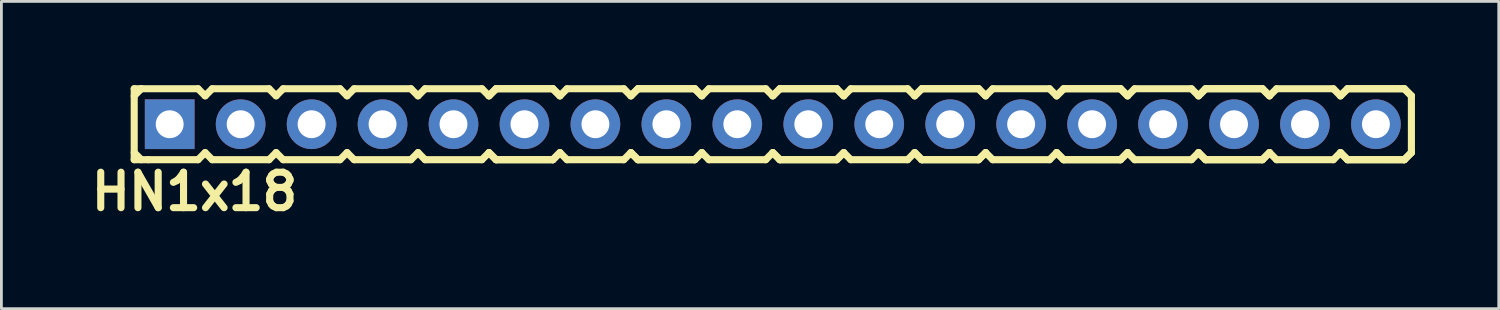
<source format=kicad_pcb>
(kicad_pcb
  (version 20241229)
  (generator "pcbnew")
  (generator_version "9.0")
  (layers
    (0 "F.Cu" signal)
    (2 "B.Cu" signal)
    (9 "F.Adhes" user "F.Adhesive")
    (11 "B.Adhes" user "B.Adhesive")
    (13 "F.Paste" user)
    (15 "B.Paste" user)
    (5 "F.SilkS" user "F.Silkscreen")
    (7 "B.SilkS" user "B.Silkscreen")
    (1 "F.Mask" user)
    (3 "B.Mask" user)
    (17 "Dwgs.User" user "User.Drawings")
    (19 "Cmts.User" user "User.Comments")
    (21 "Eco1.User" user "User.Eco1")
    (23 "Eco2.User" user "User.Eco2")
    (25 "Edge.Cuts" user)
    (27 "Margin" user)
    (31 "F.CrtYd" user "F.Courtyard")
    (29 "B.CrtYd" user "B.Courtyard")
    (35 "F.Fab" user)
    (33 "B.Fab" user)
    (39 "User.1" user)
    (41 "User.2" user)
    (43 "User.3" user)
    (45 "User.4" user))
  (footprint "HN1x18"
    (layer "F.Cu")
    (at 23.344 1.397)
    (property "Reference" "HN1x18" (at -19.431 2.413 0) (layer "F.SilkS") (effects (font (size 1.27 1.27) (thickness 0.254))))
    (attr through_hole)
    (fp_line (start -21.59 -1.27) (end -21.59 1.27) (stroke (width 0.254) (type solid)) (layer "F.SilkS"))
    (fp_line (start -21.59 -1.27) (end -21.336 -1.27) (stroke (width 0.254) (type solid)) (layer "F.SilkS"))
    (fp_line (start -21.59 -1.016) (end -21.336 -1.27) (stroke (width 0.254) (type solid)) (layer "F.SilkS"))
    (fp_line (start -21.336 -1.27) (end -19.304 -1.27) (stroke (width 0.254) (type solid)) (layer "F.SilkS"))
    (fp_line (start -21.336 1.27) (end -21.59 1.016) (stroke (width 0.254) (type solid)) (layer "F.SilkS"))
    (fp_line (start -21.082 1.27) (end -21.59 1.27) (stroke (width 0.254) (type solid)) (layer "F.SilkS"))
    (fp_line (start -19.304 -1.27) (end -19.05 -1.016) (stroke (width 0.254) (type solid)) (layer "F.SilkS"))
    (fp_line (start -19.304 1.27) (end -21.082 1.27) (stroke (width 0.254) (type solid)) (layer "F.SilkS"))
    (fp_line (start -19.05 -1.016) (end -18.796 -1.27) (stroke (width 0.254) (type solid)) (layer "F.SilkS"))
    (fp_line (start -19.05 1.016) (end -19.304 1.27) (stroke (width 0.254) (type solid)) (layer "F.SilkS"))
    (fp_line (start -18.796 -1.27) (end -16.764 -1.27) (stroke (width 0.254) (type solid)) (layer "F.SilkS"))
    (fp_line (start -18.796 1.27) (end -19.05 1.016) (stroke (width 0.254) (type solid)) (layer "F.SilkS"))
    (fp_line (start -16.764 -1.27) (end -16.51 -1.016) (stroke (width 0.254) (type solid)) (layer "F.SilkS"))
    (fp_line (start -16.764 1.27) (end -18.796 1.27) (stroke (width 0.254) (type solid)) (layer "F.SilkS"))
    (fp_line (start -16.764 1.27) (end -16.51 1.016) (stroke (width 0.254) (type solid)) (layer "F.SilkS"))
    (fp_line (start -16.51 -1.016) (end -16.256 -1.27) (stroke (width 0.254) (type solid)) (layer "F.SilkS"))
    (fp_line (start -16.51 1.016) (end -16.256 1.27) (stroke (width 0.254) (type solid)) (layer "F.SilkS"))
    (fp_line (start -16.256 -1.27) (end -14.224 -1.27) (stroke (width 0.254) (type solid)) (layer "F.SilkS"))
    (fp_line (start -14.224 -1.27) (end -13.97 -1.016) (stroke (width 0.254) (type solid)) (layer "F.SilkS"))
    (fp_line (start -14.224 1.27) (end -16.256 1.27) (stroke (width 0.254) (type solid)) (layer "F.SilkS"))
    (fp_line (start -13.97 -1.016) (end -13.716 -1.27) (stroke (width 0.254) (type solid)) (layer "F.SilkS"))
    (fp_line (start -13.97 1.016) (end -14.224 1.27) (stroke (width 0.254) (type solid)) (layer "F.SilkS"))
    (fp_line (start -13.716 -1.27) (end -11.684 -1.27) (stroke (width 0.254) (type solid)) (layer "F.SilkS"))
    (fp_line (start -13.716 1.27) (end -13.97 1.016) (stroke (width 0.254) (type solid)) (layer "F.SilkS"))
    (fp_line (start -11.684 -1.27) (end -11.43 -1.016) (stroke (width 0.254) (type solid)) (layer "F.SilkS"))
    (fp_line (start -11.684 1.27) (end -13.716 1.27) (stroke (width 0.254) (type solid)) (layer "F.SilkS"))
    (fp_line (start -11.43 -1.016) (end -11.176 -1.27) (stroke (width 0.254) (type solid)) (layer "F.SilkS"))
    (fp_line (start -11.43 1.016) (end -11.684 1.27) (stroke (width 0.254) (type solid)) (layer "F.SilkS"))
    (fp_line (start -11.176 -1.27) (end -9.144 -1.27) (stroke (width 0.254) (type solid)) (layer "F.SilkS"))
    (fp_line (start -11.176 1.27) (end -11.43 1.016) (stroke (width 0.254) (type solid)) (layer "F.SilkS"))
    (fp_line (start -9.144 -1.27) (end -8.89 -1.016) (stroke (width 0.254) (type solid)) (layer "F.SilkS"))
    (fp_line (start -9.144 1.27) (end -11.176 1.27) (stroke (width 0.254) (type solid)) (layer "F.SilkS"))
    (fp_line (start -8.89 -1.016) (end -8.636 -1.27) (stroke (width 0.254) (type solid)) (layer "F.SilkS"))
    (fp_line (start -8.89 -1.016) (end -8.636 -1.27) (stroke (width 0.254) (type solid)) (layer "F.SilkS"))
    (fp_line (start -8.89 1.016) (end -9.144 1.27) (stroke (width 0.254) (type solid)) (layer "F.SilkS"))
    (fp_line (start -8.636 -1.27) (end -6.604 -1.27) (stroke (width 0.254) (type solid)) (layer "F.SilkS"))
    (fp_line (start -8.636 -1.27) (end -6.604 -1.27) (stroke (width 0.254) (type solid)) (layer "F.SilkS"))
    (fp_line (start -8.636 1.27) (end -8.89 1.016) (stroke (width 0.254) (type solid)) (layer "F.SilkS"))
    (fp_line (start -8.636 1.27) (end -8.89 1.016) (stroke (width 0.254) (type solid)) (layer "F.SilkS"))
    (fp_line (start -6.604 -1.27) (end -6.35 -1.016) (stroke (width 0.254) (type solid)) (layer "F.SilkS"))
    (fp_line (start -6.604 -1.27) (end -6.35 -1.016) (stroke (width 0.254) (type solid)) (layer "F.SilkS"))
    (fp_line (start -6.604 1.27) (end -8.636 1.27) (stroke (width 0.254) (type solid)) (layer "F.SilkS"))
    (fp_line (start -6.604 1.27) (end -8.636 1.27) (stroke (width 0.254) (type solid)) (layer "F.SilkS"))
    (fp_line (start -6.35 -1.016) (end -6.096 -1.27) (stroke (width 0.254) (type solid)) (layer "F.SilkS"))
    (fp_line (start -6.35 1.016) (end -6.604 1.27) (stroke (width 0.254) (type solid)) (layer "F.SilkS"))
    (fp_line (start -6.35 1.016) (end -6.604 1.27) (stroke (width 0.254) (type solid)) (layer "F.SilkS"))
    (fp_line (start -6.096 -1.27) (end -4.064 -1.27) (stroke (width 0.254) (type solid)) (layer "F.SilkS"))
    (fp_line (start -6.096 1.27) (end -6.35 1.016) (stroke (width 0.254) (type solid)) (layer "F.SilkS"))
    (fp_line (start -4.064 -1.27) (end -3.81 -1.016) (stroke (width 0.254) (type solid)) (layer "F.SilkS"))
    (fp_line (start -4.064 1.27) (end -6.096 1.27) (stroke (width 0.254) (type solid)) (layer "F.SilkS"))
    (fp_line (start -3.81 -1.016) (end -3.556 -1.27) (stroke (width 0.254) (type solid)) (layer "F.SilkS"))
    (fp_line (start -3.81 -1.016) (end -3.556 -1.27) (stroke (width 0.254) (type solid)) (layer "F.SilkS"))
    (fp_line (start -3.81 1.016) (end -4.064 1.27) (stroke (width 0.254) (type solid)) (layer "F.SilkS"))
    (fp_line (start -3.556 -1.27) (end -1.524 -1.27) (stroke (width 0.254) (type solid)) (layer "F.SilkS"))
    (fp_line (start -3.556 -1.27) (end -1.524 -1.27) (stroke (width 0.254) (type solid)) (layer "F.SilkS"))
    (fp_line (start -3.556 1.27) (end -3.81 1.016) (stroke (width 0.254) (type solid)) (layer "F.SilkS"))
    (fp_line (start -3.556 1.27) (end -3.81 1.016) (stroke (width 0.254) (type solid)) (layer "F.SilkS"))
    (fp_line (start -1.524 -1.27) (end -1.27 -1.016) (stroke (width 0.254) (type solid)) (layer "F.SilkS"))
    (fp_line (start -1.524 -1.27) (end -1.27 -1.016) (stroke (width 0.254) (type solid)) (layer "F.SilkS"))
    (fp_line (start -1.524 1.27) (end -3.556 1.27) (stroke (width 0.254) (type solid)) (layer "F.SilkS"))
    (fp_line (start -1.524 1.27) (end -3.556 1.27) (stroke (width 0.254) (type solid)) (layer "F.SilkS"))
    (fp_line (start -1.27 -1.016) (end -1.016 -1.27) (stroke (width 0.254) (type solid)) (layer "F.SilkS"))
    (fp_line (start -1.27 1.016) (end -1.524 1.27) (stroke (width 0.254) (type solid)) (layer "F.SilkS"))
    (fp_line (start -1.27 1.016) (end -1.524 1.27) (stroke (width 0.254) (type solid)) (layer "F.SilkS"))
    (fp_line (start -1.016 -1.27) (end 1.016 -1.27) (stroke (width 0.254) (type solid)) (layer "F.SilkS"))
    (fp_line (start -1.016 1.27) (end -1.27 1.016) (stroke (width 0.254) (type solid)) (layer "F.SilkS"))
    (fp_line (start 1.016 -1.27) (end 1.27 -1.016) (stroke (width 0.254) (type solid)) (layer "F.SilkS"))
    (fp_line (start 1.016 1.27) (end -1.016 1.27) (stroke (width 0.254) (type solid)) (layer "F.SilkS"))
    (fp_line (start 1.27 -1.016) (end 1.524 -1.27) (stroke (width 0.254) (type solid)) (layer "F.SilkS"))
    (fp_line (start 1.27 -1.016) (end 1.524 -1.27) (stroke (width 0.254) (type solid)) (layer "F.SilkS"))
    (fp_line (start 1.27 1.016) (end 1.016 1.27) (stroke (width 0.254) (type solid)) (layer "F.SilkS"))
    (fp_line (start 1.524 -1.27) (end 3.556 -1.27) (stroke (width 0.254) (type solid)) (layer "F.SilkS"))
    (fp_line (start 1.524 -1.27) (end 3.556 -1.27) (stroke (width 0.254) (type solid)) (layer "F.SilkS"))
    (fp_line (start 1.524 1.27) (end 1.27 1.016) (stroke (width 0.254) (type solid)) (layer "F.SilkS"))
    (fp_line (start 1.524 1.27) (end 1.27 1.016) (stroke (width 0.254) (type solid)) (layer "F.SilkS"))
    (fp_line (start 3.556 -1.27) (end 3.81 -1.016) (stroke (width 0.254) (type solid)) (layer "F.SilkS"))
    (fp_line (start 3.556 -1.27) (end 3.81 -1.016) (stroke (width 0.254) (type solid)) (layer "F.SilkS"))
    (fp_line (start 3.556 1.27) (end 1.524 1.27) (stroke (width 0.254) (type solid)) (layer "F.SilkS"))
    (fp_line (start 3.556 1.27) (end 1.524 1.27) (stroke (width 0.254) (type solid)) (layer "F.SilkS"))
    (fp_line (start 3.81 -1.016) (end 4.064 -1.27) (stroke (width 0.254) (type solid)) (layer "F.SilkS"))
    (fp_line (start 3.81 1.016) (end 3.556 1.27) (stroke (width 0.254) (type solid)) (layer "F.SilkS"))
    (fp_line (start 3.81 1.016) (end 3.556 1.27) (stroke (width 0.254) (type solid)) (layer "F.SilkS"))
    (fp_line (start 4.064 -1.27) (end 6.096 -1.27) (stroke (width 0.254) (type solid)) (layer "F.SilkS"))
    (fp_line (start 4.064 1.27) (end 3.81 1.016) (stroke (width 0.254) (type solid)) (layer "F.SilkS"))
    (fp_line (start 6.096 -1.27) (end 6.35 -1.016) (stroke (width 0.254) (type solid)) (layer "F.SilkS"))
    (fp_line (start 6.096 1.27) (end 4.064 1.27) (stroke (width 0.254) (type solid)) (layer "F.SilkS"))
    (fp_line (start 6.35 -1.016) (end 6.604 -1.27) (stroke (width 0.254) (type solid)) (layer "F.SilkS"))
    (fp_line (start 6.35 -1.016) (end 6.604 -1.27) (stroke (width 0.254) (type solid)) (layer "F.SilkS"))
    (fp_line (start 6.35 1.016) (end 6.096 1.27) (stroke (width 0.254) (type solid)) (layer "F.SilkS"))
    (fp_line (start 6.604 -1.27) (end 8.636 -1.27) (stroke (width 0.254) (type solid)) (layer "F.SilkS"))
    (fp_line (start 6.604 -1.27) (end 8.636 -1.27) (stroke (width 0.254) (type solid)) (layer "F.SilkS"))
    (fp_line (start 6.604 1.27) (end 6.35 1.016) (stroke (width 0.254) (type solid)) (layer "F.SilkS"))
    (fp_line (start 6.604 1.27) (end 6.35 1.016) (stroke (width 0.254) (type solid)) (layer "F.SilkS"))
    (fp_line (start 8.636 -1.27) (end 8.89 -1.016) (stroke (width 0.254) (type solid)) (layer "F.SilkS"))
    (fp_line (start 8.636 -1.27) (end 8.89 -1.016) (stroke (width 0.254) (type solid)) (layer "F.SilkS"))
    (fp_line (start 8.636 1.27) (end 6.604 1.27) (stroke (width 0.254) (type solid)) (layer "F.SilkS"))
    (fp_line (start 8.636 1.27) (end 6.604 1.27) (stroke (width 0.254) (type solid)) (layer "F.SilkS"))
    (fp_line (start 8.89 -1.016) (end 9.144 -1.27) (stroke (width 0.254) (type solid)) (layer "F.SilkS"))
    (fp_line (start 8.89 1.016) (end 8.636 1.27) (stroke (width 0.254) (type solid)) (layer "F.SilkS"))
    (fp_line (start 8.89 1.016) (end 8.636 1.27) (stroke (width 0.254) (type solid)) (layer "F.SilkS"))
    (fp_line (start 9.144 -1.27) (end 11.176 -1.27) (stroke (width 0.254) (type solid)) (layer "F.SilkS"))
    (fp_line (start 9.144 1.27) (end 8.89 1.016) (stroke (width 0.254) (type solid)) (layer "F.SilkS"))
    (fp_line (start 11.176 -1.27) (end 11.43 -1.016) (stroke (width 0.254) (type solid)) (layer "F.SilkS"))
    (fp_line (start 11.176 1.27) (end 9.144 1.27) (stroke (width 0.254) (type solid)) (layer "F.SilkS"))
    (fp_line (start 11.43 -1.016) (end 11.684 -1.27) (stroke (width 0.254) (type solid)) (layer "F.SilkS"))
    (fp_line (start 11.43 -1.016) (end 11.684 -1.27) (stroke (width 0.254) (type solid)) (layer "F.SilkS"))
    (fp_line (start 11.43 1.016) (end 11.176 1.27) (stroke (width 0.254) (type solid)) (layer "F.SilkS"))
    (fp_line (start 11.684 -1.27) (end 13.716 -1.27) (stroke (width 0.254) (type solid)) (layer "F.SilkS"))
    (fp_line (start 11.684 -1.27) (end 13.716 -1.27) (stroke (width 0.254) (type solid)) (layer "F.SilkS"))
    (fp_line (start 11.684 1.27) (end 11.43 1.016) (stroke (width 0.254) (type solid)) (layer "F.SilkS"))
    (fp_line (start 11.684 1.27) (end 11.43 1.016) (stroke (width 0.254) (type solid)) (layer "F.SilkS"))
    (fp_line (start 13.716 -1.27) (end 13.97 -1.016) (stroke (width 0.254) (type solid)) (layer "F.SilkS"))
    (fp_line (start 13.716 -1.27) (end 13.97 -1.016) (stroke (width 0.254) (type solid)) (layer "F.SilkS"))
    (fp_line (start 13.716 1.27) (end 11.684 1.27) (stroke (width 0.254) (type solid)) (layer "F.SilkS"))
    (fp_line (start 13.716 1.27) (end 11.684 1.27) (stroke (width 0.254) (type solid)) (layer "F.SilkS"))
    (fp_line (start 13.97 -1.016) (end 14.224 -1.27) (stroke (width 0.254) (type solid)) (layer "F.SilkS"))
    (fp_line (start 13.97 1.016) (end 13.716 1.27) (stroke (width 0.254) (type solid)) (layer "F.SilkS"))
    (fp_line (start 13.97 1.016) (end 13.716 1.27) (stroke (width 0.254) (type solid)) (layer "F.SilkS"))
    (fp_line (start 14.224 -1.27) (end 16.256 -1.27) (stroke (width 0.254) (type solid)) (layer "F.SilkS"))
    (fp_line (start 14.224 1.27) (end 13.97 1.016) (stroke (width 0.254) (type solid)) (layer "F.SilkS"))
    (fp_line (start 16.256 -1.27) (end 16.51 -1.016) (stroke (width 0.254) (type solid)) (layer "F.SilkS"))
    (fp_line (start 16.256 1.27) (end 14.224 1.27) (stroke (width 0.254) (type solid)) (layer "F.SilkS"))
    (fp_line (start 16.51 -1.016) (end 16.764 -1.27) (stroke (width 0.254) (type solid)) (layer "F.SilkS"))
    (fp_line (start 16.51 -1.016) (end 16.764 -1.27) (stroke (width 0.254) (type solid)) (layer "F.SilkS"))
    (fp_line (start 16.51 1.016) (end 16.256 1.27) (stroke (width 0.254) (type solid)) (layer "F.SilkS"))
    (fp_line (start 16.764 -1.27) (end 18.796 -1.27) (stroke (width 0.254) (type solid)) (layer "F.SilkS"))
    (fp_line (start 16.764 -1.27) (end 18.796 -1.27) (stroke (width 0.254) (type solid)) (layer "F.SilkS"))
    (fp_line (start 16.764 1.27) (end 16.51 1.016) (stroke (width 0.254) (type solid)) (layer "F.SilkS"))
    (fp_line (start 16.764 1.27) (end 16.51 1.016) (stroke (width 0.254) (type solid)) (layer "F.SilkS"))
    (fp_line (start 18.796 -1.27) (end 19.05 -1.016) (stroke (width 0.254) (type solid)) (layer "F.SilkS"))
    (fp_line (start 18.796 -1.27) (end 19.05 -1.016) (stroke (width 0.254) (type solid)) (layer "F.SilkS"))
    (fp_line (start 18.796 1.27) (end 16.764 1.27) (stroke (width 0.254) (type solid)) (layer "F.SilkS"))
    (fp_line (start 18.796 1.27) (end 16.764 1.27) (stroke (width 0.254) (type solid)) (layer "F.SilkS"))
    (fp_line (start 19.05 -1.016) (end 19.304 -1.27) (stroke (width 0.254) (type solid)) (layer "F.SilkS"))
    (fp_line (start 19.05 1.016) (end 18.796 1.27) (stroke (width 0.254) (type solid)) (layer "F.SilkS"))
    (fp_line (start 19.05 1.016) (end 18.796 1.27) (stroke (width 0.254) (type solid)) (layer "F.SilkS"))
    (fp_line (start 19.304 -1.27) (end 21.336 -1.27) (stroke (width 0.254) (type solid)) (layer "F.SilkS"))
    (fp_line (start 19.304 1.27) (end 19.05 1.016) (stroke (width 0.254) (type solid)) (layer "F.SilkS"))
    (fp_line (start 21.336 -1.27) (end 21.59 -1.016) (stroke (width 0.254) (type solid)) (layer "F.SilkS"))
    (fp_line (start 21.336 1.27) (end 19.304 1.27) (stroke (width 0.254) (type solid)) (layer "F.SilkS"))
    (fp_line (start 21.59 -1.016) (end 21.844 -1.27) (stroke (width 0.254) (type solid)) (layer "F.SilkS"))
    (fp_line (start 21.59 -1.016) (end 21.844 -1.27) (stroke (width 0.254) (type solid)) (layer "F.SilkS"))
    (fp_line (start 21.59 1.016) (end 21.336 1.27) (stroke (width 0.254) (type solid)) (layer "F.SilkS"))
    (fp_line (start 21.844 -1.27) (end 23.876 -1.27) (stroke (width 0.254) (type solid)) (layer "F.SilkS"))
    (fp_line (start 21.844 -1.27) (end 23.876 -1.27) (stroke (width 0.254) (type solid)) (layer "F.SilkS"))
    (fp_line (start 21.844 1.27) (end 21.59 1.016) (stroke (width 0.254) (type solid)) (layer "F.SilkS"))
    (fp_line (start 21.844 1.27) (end 21.59 1.016) (stroke (width 0.254) (type solid)) (layer "F.SilkS"))
    (fp_line (start 23.876 -1.27) (end 24.13 -1.016) (stroke (width 0.254) (type solid)) (layer "F.SilkS"))
    (fp_line (start 23.876 -1.27) (end 24.13 -1.016) (stroke (width 0.254) (type solid)) (layer "F.SilkS"))
    (fp_line (start 23.876 1.27) (end 21.844 1.27) (stroke (width 0.254) (type solid)) (layer "F.SilkS"))
    (fp_line (start 23.876 1.27) (end 21.844 1.27) (stroke (width 0.254) (type solid)) (layer "F.SilkS"))
    (fp_line (start 24.13 -1.016) (end 24.13 1.016) (stroke (width 0.254) (type solid)) (layer "F.SilkS"))
    (fp_line (start 24.13 1.016) (end 23.876 1.27) (stroke (width 0.254) (type solid)) (layer "F.SilkS"))
    (fp_line (start 24.13 1.016) (end 23.876 1.27) (stroke (width 0.254) (type solid)) (layer "F.SilkS"))
    (pad "1" thru_hole rect (at -20.32 0) (size 1.778 1.778) (drill 1) (layers "*.Cu" "*.Mask"))
    (pad "2" thru_hole circle (at -17.78 0) (size 1.778 1.778) (drill 1) (layers "*.Cu" "*.Mask"))
    (pad "3" thru_hole circle (at -15.24 0) (size 1.778 1.778) (drill 1) (layers "*.Cu" "*.Mask"))
    (pad "4" thru_hole circle (at -12.7 0) (size 1.778 1.778) (drill 1) (layers "*.Cu" "*.Mask"))
    (pad "5" thru_hole circle (at -10.16 0) (size 1.778 1.778) (drill 1) (layers "*.Cu" "*.Mask"))
    (pad "6" thru_hole circle (at -7.62 0) (size 1.778 1.778) (drill 1) (layers "*.Cu" "*.Mask"))
    (pad "7" thru_hole circle (at -5.08 0) (size 1.778 1.778) (drill 1) (layers "*.Cu" "*.Mask"))
    (pad "8" thru_hole circle (at -2.54 0) (size 1.778 1.778) (drill 1) (layers "*.Cu" "*.Mask"))
    (pad "9" thru_hole circle (at 0 0) (size 1.778 1.778) (drill 1) (layers "*.Cu" "*.Mask"))
    (pad "10" thru_hole circle (at 2.54 0) (size 1.778 1.778) (drill 1) (layers "*.Cu" "*.Mask"))
    (pad "11" thru_hole circle (at 5.08 0) (size 1.778 1.778) (drill 1) (layers "*.Cu" "*.Mask"))
    (pad "12" thru_hole circle (at 7.62 0) (size 1.778 1.778) (drill 1) (layers "*.Cu" "*.Mask"))
    (pad "13" thru_hole circle (at 10.16 0) (size 1.778 1.778) (drill 1) (layers "*.Cu" "*.Mask"))
    (pad "14" thru_hole circle (at 12.7 0) (size 1.778 1.778) (drill 1) (layers "*.Cu" "*.Mask"))
    (pad "15" thru_hole circle (at 15.24 0) (size 1.778 1.778) (drill 1) (layers "*.Cu" "*.Mask"))
    (pad "16" thru_hole circle (at 17.78 0) (size 1.778 1.778) (drill 1) (layers "*.Cu" "*.Mask"))
    (pad "17" thru_hole circle (at 20.32 0) (size 1.778 1.778) (drill 1) (layers "*.Cu" "*.Mask"))
    (pad "18" thru_hole circle (at 22.86 0) (size 1.778 1.778) (drill 1) (layers "*.Cu" "*.Mask")))
  (gr_rect
    (start -3 -3)
    (end 50.601 7.999)
    (stroke (width 0.1) (type default))
    (fill no)
    (layer "Edge.Cuts")))
</source>
